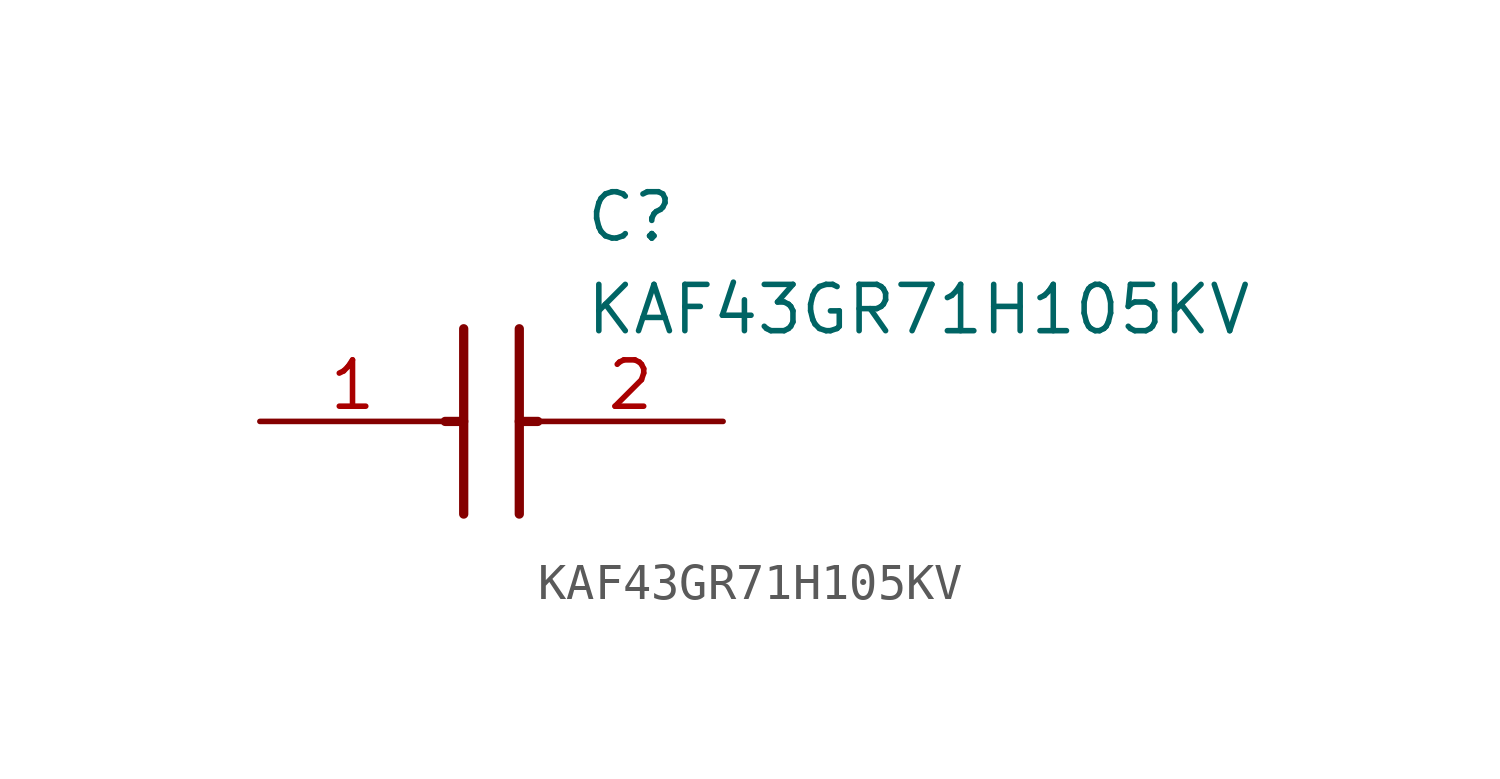
<source format=kicad_sym>
(kicad_symbol_lib
  (version 20211014)
  (generator SamacSys_ECAD_Model)
  (symbol "KAF43GR71H105KV"
    (pin_names hide)
    (property "Reference" "C"
      (at 8.89 6.35 0)
      (effects (font (size 1.27 1.27)) (justify left top)))
    (property "Value" "KAF43GR71H105KV"
      (at 8.89 3.81 0)
      (effects (font (size 1.27 1.27)) (justify left top)))
    (polyline
      (pts (xy 5.588 2.54) (xy 5.588 -2.54))
      (stroke (width 0.254) (type default))
      (fill (type none)))
    (polyline
      (pts (xy 7.112 2.54) (xy 7.112 -2.54))
      (stroke (width 0.254) (type default))
      (fill (type none)))
    (polyline
      (pts (xy 5.08 0) (xy 5.588 0))
      (stroke (width 0.254) (type default))
      (fill (type none)))
    (polyline
      (pts (xy 7.112 0) (xy 7.62 0))
      (stroke (width 0.254) (type default))
      (fill (type none)))
    (pin passive line
      (at 0 0 0)
      (length 5.08)
      (name "1" (effects (font (size 1.27 1.27))))
      (number "1" (effects (font (size 1.27 1.27)))))
    (pin passive line
      (at 12.7 0 180)
      (length 5.08)
      (name "2" (effects (font (size 1.27 1.27))))
      (number "2" (effects (font (size 1.27 1.27)))))))
</source>
